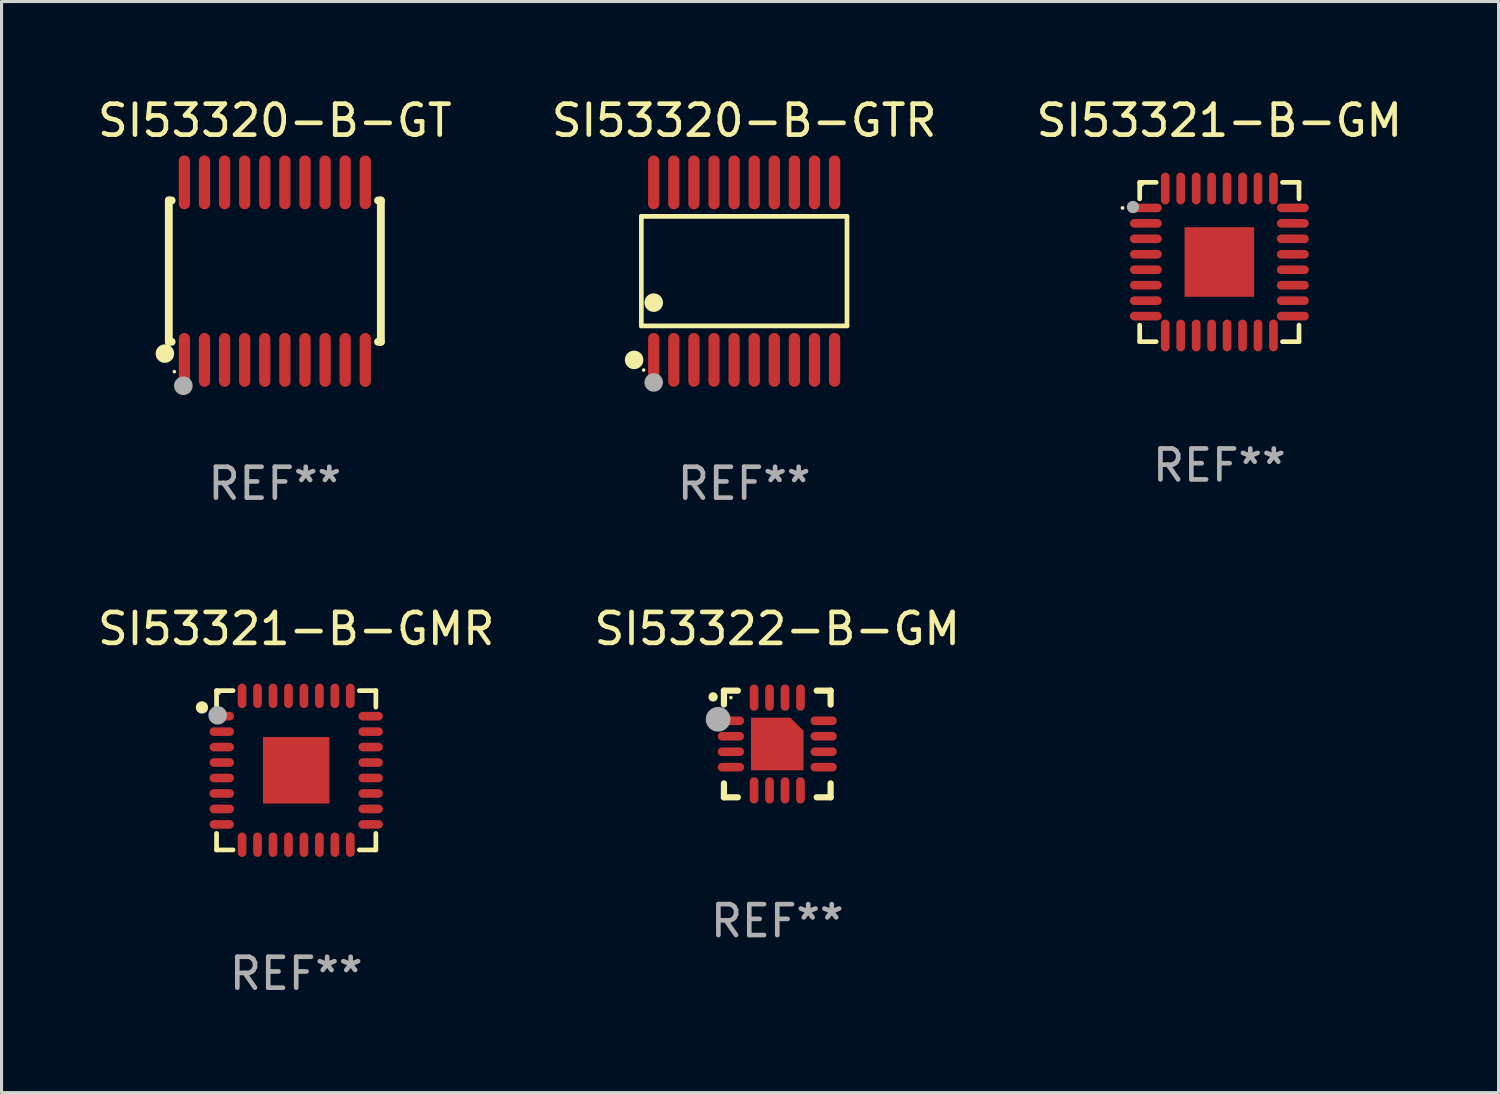
<source format=kicad_pcb>
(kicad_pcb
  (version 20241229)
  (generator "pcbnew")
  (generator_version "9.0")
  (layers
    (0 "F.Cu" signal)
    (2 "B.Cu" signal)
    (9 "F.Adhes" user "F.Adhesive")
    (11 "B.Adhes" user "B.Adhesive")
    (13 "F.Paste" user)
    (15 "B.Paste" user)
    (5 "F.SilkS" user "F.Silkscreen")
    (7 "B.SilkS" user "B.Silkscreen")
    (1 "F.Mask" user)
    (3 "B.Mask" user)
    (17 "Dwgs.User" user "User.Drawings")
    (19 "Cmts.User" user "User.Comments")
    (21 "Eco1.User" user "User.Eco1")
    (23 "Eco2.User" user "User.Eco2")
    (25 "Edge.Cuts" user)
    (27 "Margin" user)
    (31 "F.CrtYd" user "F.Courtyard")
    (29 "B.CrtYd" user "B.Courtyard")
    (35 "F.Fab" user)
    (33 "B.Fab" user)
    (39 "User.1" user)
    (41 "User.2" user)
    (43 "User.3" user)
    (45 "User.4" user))
  (footprint "SI53321-B-GM"
    (layer "F.Cu")
    (at 36.387 5.424)
    (property "Reference" "SI53321-B-GM" (at 0 -4.576 0) (layer "F.SilkS") (effects (font (size 1 1) (thickness 0.15))))
    (attr through_hole)
    (fp_line (start -2.576 -2.576) (end -2.042 -2.576) (stroke (width 0.152) (type solid)) (layer "F.SilkS"))
    (fp_line (start -2.576 -2.042) (end -2.576 -2.576) (stroke (width 0.152) (type solid)) (layer "F.SilkS"))
    (fp_line (start -2.576 2.042) (end -2.576 2.576) (stroke (width 0.152) (type solid)) (layer "F.SilkS"))
    (fp_line (start -2.576 2.576) (end -2.042 2.576) (stroke (width 0.152) (type solid)) (layer "F.SilkS"))
    (fp_line (start 2.576 -2.576) (end 2.042 -2.576) (stroke (width 0.152) (type solid)) (layer "F.SilkS"))
    (fp_line (start 2.576 -2.042) (end 2.576 -2.576) (stroke (width 0.152) (type solid)) (layer "F.SilkS"))
    (fp_line (start 2.576 2.042) (end 2.576 2.576) (stroke (width 0.152) (type solid)) (layer "F.SilkS"))
    (fp_line (start 2.576 2.576) (end 2.042 2.576) (stroke (width 0.152) (type solid)) (layer "F.SilkS"))
    (fp_circle (center -3.131 -1.75) (end -3.1 -1.75) (stroke (width 0.062) (type solid)) (fill no) (layer "F.SilkS"))
    (fp_circle (center -2.5 -2.5) (end -2.47 -2.5) (stroke (width 0.06) (type solid)) (fill no) (layer "F.SilkS"))
    (fp_circle (center -2.794 -1.778) (end -2.694 -1.778) (stroke (width 0.2) (type solid)) (fill no) (layer "F.Fab"))
    (fp_text user "REF**" (at 0 6.576 0) (layer "F.Fab") (effects (font (size 1 1) (thickness 0.15))))
    (pad "1" smd oval (at -2.377 -1.75) (size 1.03 0.28) (layers "F.Cu" "F.Mask" "F.Paste"))
    (pad "2" smd oval (at -2.377 -1.25) (size 1.03 0.28) (layers "F.Cu" "F.Mask" "F.Paste"))
    (pad "3" smd oval (at -2.377 -0.75) (size 1.03 0.28) (layers "F.Cu" "F.Mask" "F.Paste"))
    (pad "4" smd oval (at -2.377 -0.25) (size 1.03 0.28) (layers "F.Cu" "F.Mask" "F.Paste"))
    (pad "5" smd oval (at -2.377 0.25) (size 1.03 0.28) (layers "F.Cu" "F.Mask" "F.Paste"))
    (pad "6" smd oval (at -2.377 0.75) (size 1.03 0.28) (layers "F.Cu" "F.Mask" "F.Paste"))
    (pad "7" smd oval (at -2.377 1.25) (size 1.03 0.28) (layers "F.Cu" "F.Mask" "F.Paste"))
    (pad "8" smd oval (at -2.377 1.75) (size 1.03 0.28) (layers "F.Cu" "F.Mask" "F.Paste"))
    (pad "9" smd oval (at -1.75 2.377) (size 0.28 1.03) (layers "F.Cu" "F.Mask" "F.Paste"))
    (pad "10" smd oval (at -1.25 2.377) (size 0.28 1.03) (layers "F.Cu" "F.Mask" "F.Paste"))
    (pad "11" smd oval (at -0.75 2.377) (size 0.28 1.03) (layers "F.Cu" "F.Mask" "F.Paste"))
    (pad "12" smd oval (at -0.25 2.377) (size 0.28 1.03) (layers "F.Cu" "F.Mask" "F.Paste"))
    (pad "13" smd oval (at 0.25 2.377) (size 0.28 1.03) (layers "F.Cu" "F.Mask" "F.Paste"))
    (pad "14" smd oval (at 0.75 2.377) (size 0.28 1.03) (layers "F.Cu" "F.Mask" "F.Paste"))
    (pad "15" smd oval (at 1.25 2.377) (size 0.28 1.03) (layers "F.Cu" "F.Mask" "F.Paste"))
    (pad "16" smd oval (at 1.75 2.377) (size 0.28 1.03) (layers "F.Cu" "F.Mask" "F.Paste"))
    (pad "17" smd oval (at 2.377 1.75) (size 1.03 0.28) (layers "F.Cu" "F.Mask" "F.Paste"))
    (pad "18" smd oval (at 2.377 1.25) (size 1.03 0.28) (layers "F.Cu" "F.Mask" "F.Paste"))
    (pad "19" smd oval (at 2.377 0.75) (size 1.03 0.28) (layers "F.Cu" "F.Mask" "F.Paste"))
    (pad "20" smd oval (at 2.377 0.25) (size 1.03 0.28) (layers "F.Cu" "F.Mask" "F.Paste"))
    (pad "21" smd oval (at 2.377 -0.25) (size 1.03 0.28) (layers "F.Cu" "F.Mask" "F.Paste"))
    (pad "22" smd oval (at 2.377 -0.75) (size 1.03 0.28) (layers "F.Cu" "F.Mask" "F.Paste"))
    (pad "23" smd oval (at 2.377 -1.25) (size 1.03 0.28) (layers "F.Cu" "F.Mask" "F.Paste"))
    (pad "24" smd oval (at 2.377 -1.75) (size 1.03 0.28) (layers "F.Cu" "F.Mask" "F.Paste"))
    (pad "25" smd oval (at 1.75 -2.377) (size 0.28 1.03) (layers "F.Cu" "F.Mask" "F.Paste"))
    (pad "26" smd oval (at 1.25 -2.377) (size 0.28 1.03) (layers "F.Cu" "F.Mask" "F.Paste"))
    (pad "27" smd oval (at 0.75 -2.377) (size 0.28 1.03) (layers "F.Cu" "F.Mask" "F.Paste"))
    (pad "28" smd oval (at 0.25 -2.377) (size 0.28 1.03) (layers "F.Cu" "F.Mask" "F.Paste"))
    (pad "29" smd oval (at -0.25 -2.377) (size 0.28 1.03) (layers "F.Cu" "F.Mask" "F.Paste"))
    (pad "30" smd oval (at -0.75 -2.377) (size 0.28 1.03) (layers "F.Cu" "F.Mask" "F.Paste"))
    (pad "31" smd oval (at -1.25 -2.377) (size 0.28 1.03) (layers "F.Cu" "F.Mask" "F.Paste"))
    (pad "32" smd oval (at -1.75 -2.377) (size 0.28 1.03) (layers "F.Cu" "F.Mask" "F.Paste"))
    (pad "33" smd rect (at 0 0) (size 2.25 2.25) (layers "F.Cu" "F.Mask" "F.Paste")))
  (footprint "SI53322-B-GM"
    (layer "F.Cu")
    (at 22.089 21.012)
    (property "Reference" "SI53322-B-GM" (at 0 -3.725 0) (layer "F.SilkS") (effects (font (size 1 1) (thickness 0.15))))
    (attr through_hole)
    (fp_line (start -1.725 -1.725) (end -1.275 -1.725) (stroke (width 0.2) (type solid)) (layer "F.SilkS"))
    (fp_line (start -1.725 -1.275) (end -1.725 -1.725) (stroke (width 0.2) (type solid)) (layer "F.SilkS"))
    (fp_line (start -1.725 1.725) (end -1.725 1.275) (stroke (width 0.2) (type solid)) (layer "F.SilkS"))
    (fp_line (start -1.275 1.725) (end -1.725 1.725) (stroke (width 0.2) (type solid)) (layer "F.SilkS"))
    (fp_line (start 1.275 -1.725) (end 1.725 -1.725) (stroke (width 0.2) (type solid)) (layer "F.SilkS"))
    (fp_line (start 1.275 1.725) (end 1.725 1.725) (stroke (width 0.2) (type solid)) (layer "F.SilkS"))
    (fp_line (start 1.725 -1.725) (end 1.725 -1.275) (stroke (width 0.2) (type solid)) (layer "F.SilkS"))
    (fp_line (start 1.725 1.725) (end 1.725 1.275) (stroke (width 0.2) (type solid)) (layer "F.SilkS"))
    (fp_arc (start -2.075184 -1.521463) (mid -2.075189 -1.522733) (end -2.075184 -1.524003) (stroke (width 0.3) (type solid)) (layer "F.SilkS"))
    (fp_circle (center -1.5 -1.5) (end -1.47 -1.5) (stroke (width 0.06) (type solid)) (fill no) (layer "F.SilkS"))
    (fp_circle (center -1.914 -0.799) (end -1.714 -0.799) (stroke (width 0.4) (type solid)) (fill no) (layer "F.Fab"))
    (fp_text user "REF**" (at 0 5.725 0) (layer "F.Fab") (effects (font (size 1 1) (thickness 0.15))))
    (pad "1" smd oval (at -1.5 -0.75) (size 0.85 0.28) (layers "F.Cu" "F.Mask" "F.Paste"))
    (pad "2" smd oval (at -1.5 -0.25) (size 0.85 0.28) (layers "F.Cu" "F.Mask" "F.Paste"))
    (pad "3" smd oval (at -1.5 0.25) (size 0.85 0.28) (layers "F.Cu" "F.Mask" "F.Paste"))
    (pad "4" smd oval (at -1.5 0.75) (size 0.85 0.28) (layers "F.Cu" "F.Mask" "F.Paste"))
    (pad "5" smd oval (at -0.75 1.5) (size 0.28 0.85) (layers "F.Cu" "F.Mask" "F.Paste"))
    (pad "6" smd oval (at -0.25 1.5) (size 0.28 0.85) (layers "F.Cu" "F.Mask" "F.Paste"))
    (pad "7" smd oval (at 0.25 1.5) (size 0.28 0.85) (layers "F.Cu" "F.Mask" "F.Paste"))
    (pad "8" smd oval (at 0.75 1.5) (size 0.28 0.85) (layers "F.Cu" "F.Mask" "F.Paste"))
    (pad "9" smd oval (at 1.5 0.75) (size 0.85 0.28) (layers "F.Cu" "F.Mask" "F.Paste"))
    (pad "10" smd oval (at 1.5 0.25) (size 0.85 0.28) (layers "F.Cu" "F.Mask" "F.Paste"))
    (pad "11" smd oval (at 1.5 -0.25) (size 0.85 0.28) (layers "F.Cu" "F.Mask" "F.Paste"))
    (pad "12" smd oval (at 1.5 -0.75) (size 0.85 0.28) (layers "F.Cu" "F.Mask" "F.Paste"))
    (pad "13" smd oval (at 0.75 -1.5) (size 0.28 0.85) (layers "F.Cu" "F.Mask" "F.Paste"))
    (pad "14" smd oval (at 0.25 -1.5) (size 0.28 0.85) (layers "F.Cu" "F.Mask" "F.Paste"))
    (pad "15" smd oval (at -0.25 -1.5) (size 0.28 0.85) (layers "F.Cu" "F.Mask" "F.Paste"))
    (pad "16" smd oval (at -0.75 -1.5) (size 0.28 0.85) (layers "F.Cu" "F.Mask" "F.Paste"))
    (pad "17" smd custom (at 0.000076 0.000076 270) (size 1.7 1.7) (layers "F.Cu" "F.Mask" "F.Paste") (options (anchor circle)) (primitives (gr_poly (pts (xy 0.85 -0.85) (xy 0.85 0.85) (xy -0.85 0.85) (xy -0.85 -0.425) (xy -0.425 -0.85)) (width 0) (fill yes)))))
  (footprint "SI53320-B-GT"
    (layer "F.Cu")
    (at 5.839 5.719)
    (property "Reference" "SI53320-B-GT" (at 0 -4.871 0) (layer "F.SilkS") (effects (font (size 1 1) (thickness 0.15))))
    (attr through_hole)
    (fp_line (start -3.429 -2.286) (end -3.429 2.286) (stroke (width 0.254) (type solid)) (layer "F.SilkS"))
    (fp_line (start -3.429 2.286) (end -3.338 2.286) (stroke (width 0.254) (type solid)) (layer "F.SilkS"))
    (fp_line (start -3.338 -2.286) (end -3.429 -2.286) (stroke (width 0.254) (type solid)) (layer "F.SilkS"))
    (fp_line (start 3.338 -2.286) (end 3.429 -2.286) (stroke (width 0.254) (type solid)) (layer "F.SilkS"))
    (fp_line (start 3.429 -2.286) (end 3.429 2.286) (stroke (width 0.254) (type solid)) (layer "F.SilkS"))
    (fp_line (start 3.429 2.286) (end 3.338 2.286) (stroke (width 0.254) (type solid)) (layer "F.SilkS"))
    (fp_circle (center -3.556 2.667) (end -3.406 2.667) (stroke (width 0.3) (type solid)) (fill no) (layer "F.SilkS"))
    (fp_circle (center -3.25 3.25) (end -3.22 3.25) (stroke (width 0.06) (type solid)) (fill no) (layer "F.SilkS"))
    (fp_circle (center -2.959 3.707) (end -2.808 3.707) (stroke (width 0.3) (type solid)) (fill no) (layer "F.Fab"))
    (fp_text user "REF**" (at 0 6.871 0) (layer "F.Fab") (effects (font (size 1 1) (thickness 0.15))))
    (pad "1" smd oval (at -2.925 2.871) (size 0.364 1.742) (layers "F.Cu" "F.Mask" "F.Paste"))
    (pad "2" smd oval (at -2.275 2.871) (size 0.364 1.742) (layers "F.Cu" "F.Mask" "F.Paste"))
    (pad "3" smd oval (at -1.625 2.871) (size 0.364 1.742) (layers "F.Cu" "F.Mask" "F.Paste"))
    (pad "4" smd oval (at -0.975 2.871) (size 0.364 1.742) (layers "F.Cu" "F.Mask" "F.Paste"))
    (pad "5" smd oval (at -0.325 2.871) (size 0.364 1.742) (layers "F.Cu" "F.Mask" "F.Paste"))
    (pad "6" smd oval (at 0.325 2.871) (size 0.364 1.742) (layers "F.Cu" "F.Mask" "F.Paste"))
    (pad "7" smd oval (at 0.975 2.871) (size 0.364 1.742) (layers "F.Cu" "F.Mask" "F.Paste"))
    (pad "8" smd oval (at 1.625 2.871) (size 0.364 1.742) (layers "F.Cu" "F.Mask" "F.Paste"))
    (pad "9" smd oval (at 2.275 2.871) (size 0.364 1.742) (layers "F.Cu" "F.Mask" "F.Paste"))
    (pad "10" smd oval (at 2.925 2.871) (size 0.364 1.742) (layers "F.Cu" "F.Mask" "F.Paste"))
    (pad "11" smd oval (at 2.925 -2.871) (size 0.364 1.742) (layers "F.Cu" "F.Mask" "F.Paste"))
    (pad "12" smd oval (at 2.275 -2.871) (size 0.364 1.742) (layers "F.Cu" "F.Mask" "F.Paste"))
    (pad "13" smd oval (at 1.625 -2.871) (size 0.364 1.742) (layers "F.Cu" "F.Mask" "F.Paste"))
    (pad "14" smd oval (at 0.975 -2.871) (size 0.364 1.742) (layers "F.Cu" "F.Mask" "F.Paste"))
    (pad "15" smd oval (at 0.325 -2.871) (size 0.364 1.742) (layers "F.Cu" "F.Mask" "F.Paste"))
    (pad "16" smd oval (at -0.325 -2.871) (size 0.364 1.742) (layers "F.Cu" "F.Mask" "F.Paste"))
    (pad "17" smd oval (at -0.975 -2.871) (size 0.364 1.742) (layers "F.Cu" "F.Mask" "F.Paste"))
    (pad "18" smd oval (at -1.625 -2.871) (size 0.364 1.742) (layers "F.Cu" "F.Mask" "F.Paste"))
    (pad "19" smd oval (at -2.275 -2.871) (size 0.364 1.742) (layers "F.Cu" "F.Mask" "F.Paste"))
    (pad "20" smd oval (at -2.925 -2.871) (size 0.364 1.742) (layers "F.Cu" "F.Mask" "F.Paste")))
  (footprint "SI53320-B-GTR"
    (layer "F.Cu")
    (at 21.018 5.719)
    (property "Reference" "SI53320-B-GTR" (at 0 -4.871 0) (layer "F.SilkS") (effects (font (size 1 1) (thickness 0.15))))
    (attr through_hole)
    (fp_line (start -3.326 -1.771) (end 3.326 -1.771) (stroke (width 0.152) (type solid)) (layer "F.SilkS"))
    (fp_line (start -3.326 1.771) (end -3.326 -1.771) (stroke (width 0.152) (type solid)) (layer "F.SilkS"))
    (fp_line (start 3.326 -1.771) (end 3.326 1.771) (stroke (width 0.152) (type solid)) (layer "F.SilkS"))
    (fp_line (start 3.326 1.771) (end -3.326 1.771) (stroke (width 0.152) (type solid)) (layer "F.SilkS"))
    (fp_circle (center -3.559 2.871) (end -3.409 2.871) (stroke (width 0.3) (type solid)) (fill no) (layer "F.SilkS"))
    (fp_circle (center -3.25 3.2) (end -3.22 3.2) (stroke (width 0.06) (type solid)) (fill no) (layer "F.SilkS"))
    (fp_circle (center -2.925 1.019) (end -2.775 1.019) (stroke (width 0.3) (type solid)) (fill no) (layer "F.SilkS"))
    (fp_circle (center -2.925 3.6) (end -2.775 3.6) (stroke (width 0.3) (type solid)) (fill no) (layer "F.Fab"))
    (fp_text user "REF**" (at 0 6.871 0) (layer "F.Fab") (effects (font (size 1 1) (thickness 0.15))))
    (pad "1" smd oval (at -2.925 2.871) (size 0.364 1.742) (layers "F.Cu" "F.Mask" "F.Paste"))
    (pad "2" smd oval (at -2.275 2.871) (size 0.364 1.742) (layers "F.Cu" "F.Mask" "F.Paste"))
    (pad "3" smd oval (at -1.625 2.871) (size 0.364 1.742) (layers "F.Cu" "F.Mask" "F.Paste"))
    (pad "4" smd oval (at -0.975 2.871) (size 0.364 1.742) (layers "F.Cu" "F.Mask" "F.Paste"))
    (pad "5" smd oval (at -0.325 2.871) (size 0.364 1.742) (layers "F.Cu" "F.Mask" "F.Paste"))
    (pad "6" smd oval (at 0.325 2.871) (size 0.364 1.742) (layers "F.Cu" "F.Mask" "F.Paste"))
    (pad "7" smd oval (at 0.975 2.871) (size 0.364 1.742) (layers "F.Cu" "F.Mask" "F.Paste"))
    (pad "8" smd oval (at 1.625 2.871) (size 0.364 1.742) (layers "F.Cu" "F.Mask" "F.Paste"))
    (pad "9" smd oval (at 2.275 2.871) (size 0.364 1.742) (layers "F.Cu" "F.Mask" "F.Paste"))
    (pad "10" smd oval (at 2.925 2.871) (size 0.364 1.742) (layers "F.Cu" "F.Mask" "F.Paste"))
    (pad "11" smd oval (at 2.925 -2.871) (size 0.364 1.742) (layers "F.Cu" "F.Mask" "F.Paste"))
    (pad "12" smd oval (at 2.275 -2.871) (size 0.364 1.742) (layers "F.Cu" "F.Mask" "F.Paste"))
    (pad "13" smd oval (at 1.625 -2.871) (size 0.364 1.742) (layers "F.Cu" "F.Mask" "F.Paste"))
    (pad "14" smd oval (at 0.975 -2.871) (size 0.364 1.742) (layers "F.Cu" "F.Mask" "F.Paste"))
    (pad "15" smd oval (at 0.325 -2.871) (size 0.364 1.742) (layers "F.Cu" "F.Mask" "F.Paste"))
    (pad "16" smd oval (at -0.325 -2.871) (size 0.364 1.742) (layers "F.Cu" "F.Mask" "F.Paste"))
    (pad "17" smd oval (at -0.975 -2.871) (size 0.364 1.742) (layers "F.Cu" "F.Mask" "F.Paste"))
    (pad "18" smd oval (at -1.625 -2.871) (size 0.364 1.742) (layers "F.Cu" "F.Mask" "F.Paste"))
    (pad "19" smd oval (at -2.275 -2.871) (size 0.364 1.742) (layers "F.Cu" "F.Mask" "F.Paste"))
    (pad "20" smd oval (at -2.925 -2.871) (size 0.364 1.742) (layers "F.Cu" "F.Mask" "F.Paste")))
  (footprint "SI53321-B-GMR"
    (layer "F.Cu")
    (at 6.53 21.863)
    (property "Reference" "SI53321-B-GMR" (at 0 -4.576 0) (layer "F.SilkS") (effects (font (size 1 1) (thickness 0.15))))
    (attr through_hole)
    (fp_line (start -2.576 -2.576) (end -2.042 -2.576) (stroke (width 0.152) (type solid)) (layer "F.SilkS"))
    (fp_line (start -2.576 -2.042) (end -2.576 -2.576) (stroke (width 0.152) (type solid)) (layer "F.SilkS"))
    (fp_line (start -2.576 2.042) (end -2.576 2.576) (stroke (width 0.152) (type solid)) (layer "F.SilkS"))
    (fp_line (start -2.576 2.576) (end -2.042 2.576) (stroke (width 0.152) (type solid)) (layer "F.SilkS"))
    (fp_line (start 2.576 -2.576) (end 2.042 -2.576) (stroke (width 0.152) (type solid)) (layer "F.SilkS"))
    (fp_line (start 2.576 -2.042) (end 2.576 -2.576) (stroke (width 0.152) (type solid)) (layer "F.SilkS"))
    (fp_line (start 2.576 2.042) (end 2.576 2.576) (stroke (width 0.152) (type solid)) (layer "F.SilkS"))
    (fp_line (start 2.576 2.576) (end 2.042 2.576) (stroke (width 0.152) (type solid)) (layer "F.SilkS"))
    (fp_circle (center -3.048 -2.032) (end -2.948 -2.032) (stroke (width 0.2) (type solid)) (fill no) (layer "F.SilkS"))
    (fp_circle (center -2.5 -2.5) (end -2.47 -2.5) (stroke (width 0.06) (type solid)) (fill no) (layer "F.SilkS"))
    (fp_circle (center -2.54 -1.778) (end -2.39 -1.778) (stroke (width 0.3) (type solid)) (fill no) (layer "F.Fab"))
    (fp_text user "REF**" (at 0 6.576 0) (layer "F.Fab") (effects (font (size 1 1) (thickness 0.15))))
    (pad "1" smd oval (at -2.407 -1.75) (size 0.79 0.28) (layers "F.Cu" "F.Mask" "F.Paste"))
    (pad "2" smd oval (at -2.407 -1.25) (size 0.79 0.28) (layers "F.Cu" "F.Mask" "F.Paste"))
    (pad "3" smd oval (at -2.407 -0.75) (size 0.79 0.28) (layers "F.Cu" "F.Mask" "F.Paste"))
    (pad "4" smd oval (at -2.407 -0.25) (size 0.79 0.28) (layers "F.Cu" "F.Mask" "F.Paste"))
    (pad "5" smd oval (at -2.407 0.25) (size 0.79 0.28) (layers "F.Cu" "F.Mask" "F.Paste"))
    (pad "6" smd oval (at -2.407 0.75) (size 0.79 0.28) (layers "F.Cu" "F.Mask" "F.Paste"))
    (pad "7" smd oval (at -2.407 1.25) (size 0.79 0.28) (layers "F.Cu" "F.Mask" "F.Paste"))
    (pad "8" smd oval (at -2.407 1.75) (size 0.79 0.28) (layers "F.Cu" "F.Mask" "F.Paste"))
    (pad "9" smd oval (at -1.75 2.407) (size 0.28 0.79) (layers "F.Cu" "F.Mask" "F.Paste"))
    (pad "10" smd oval (at -1.25 2.407) (size 0.28 0.79) (layers "F.Cu" "F.Mask" "F.Paste"))
    (pad "11" smd oval (at -0.75 2.407) (size 0.28 0.79) (layers "F.Cu" "F.Mask" "F.Paste"))
    (pad "12" smd oval (at -0.25 2.407) (size 0.28 0.79) (layers "F.Cu" "F.Mask" "F.Paste"))
    (pad "13" smd oval (at 0.25 2.407) (size 0.28 0.79) (layers "F.Cu" "F.Mask" "F.Paste"))
    (pad "14" smd oval (at 0.75 2.407) (size 0.28 0.79) (layers "F.Cu" "F.Mask" "F.Paste"))
    (pad "15" smd oval (at 1.25 2.407) (size 0.28 0.79) (layers "F.Cu" "F.Mask" "F.Paste"))
    (pad "16" smd oval (at 1.75 2.407) (size 0.28 0.79) (layers "F.Cu" "F.Mask" "F.Paste"))
    (pad "17" smd oval (at 2.407 1.75) (size 0.79 0.28) (layers "F.Cu" "F.Mask" "F.Paste"))
    (pad "18" smd oval (at 2.407 1.25) (size 0.79 0.28) (layers "F.Cu" "F.Mask" "F.Paste"))
    (pad "19" smd oval (at 2.407 0.75) (size 0.79 0.28) (layers "F.Cu" "F.Mask" "F.Paste"))
    (pad "20" smd oval (at 2.407 0.25) (size 0.79 0.28) (layers "F.Cu" "F.Mask" "F.Paste"))
    (pad "21" smd oval (at 2.407 -0.25) (size 0.79 0.28) (layers "F.Cu" "F.Mask" "F.Paste"))
    (pad "22" smd oval (at 2.407 -0.75) (size 0.79 0.28) (layers "F.Cu" "F.Mask" "F.Paste"))
    (pad "23" smd oval (at 2.407 -1.25) (size 0.79 0.28) (layers "F.Cu" "F.Mask" "F.Paste"))
    (pad "24" smd oval (at 2.407 -1.75) (size 0.79 0.28) (layers "F.Cu" "F.Mask" "F.Paste"))
    (pad "25" smd oval (at 1.75 -2.407) (size 0.28 0.79) (layers "F.Cu" "F.Mask" "F.Paste"))
    (pad "26" smd oval (at 1.25 -2.407) (size 0.28 0.79) (layers "F.Cu" "F.Mask" "F.Paste"))
    (pad "27" smd oval (at 0.75 -2.407) (size 0.28 0.79) (layers "F.Cu" "F.Mask" "F.Paste"))
    (pad "28" smd oval (at 0.25 -2.407) (size 0.28 0.79) (layers "F.Cu" "F.Mask" "F.Paste"))
    (pad "29" smd oval (at -0.25 -2.407) (size 0.28 0.79) (layers "F.Cu" "F.Mask" "F.Paste"))
    (pad "30" smd oval (at -0.75 -2.407) (size 0.28 0.79) (layers "F.Cu" "F.Mask" "F.Paste"))
    (pad "31" smd oval (at -1.25 -2.407) (size 0.28 0.79) (layers "F.Cu" "F.Mask" "F.Paste"))
    (pad "32" smd oval (at -1.75 -2.407) (size 0.28 0.79) (layers "F.Cu" "F.Mask" "F.Paste"))
    (pad "33" smd rect (at -0.000013 0.000013) (size 2.15 2.15) (layers "F.Cu" "F.Mask" "F.Paste")))
  (gr_rect
    (start -3 -3)
    (end 45.417 32.287)
    (stroke (width 0.1) (type default))
    (fill no)
    (layer "Edge.Cuts")))
</source>
